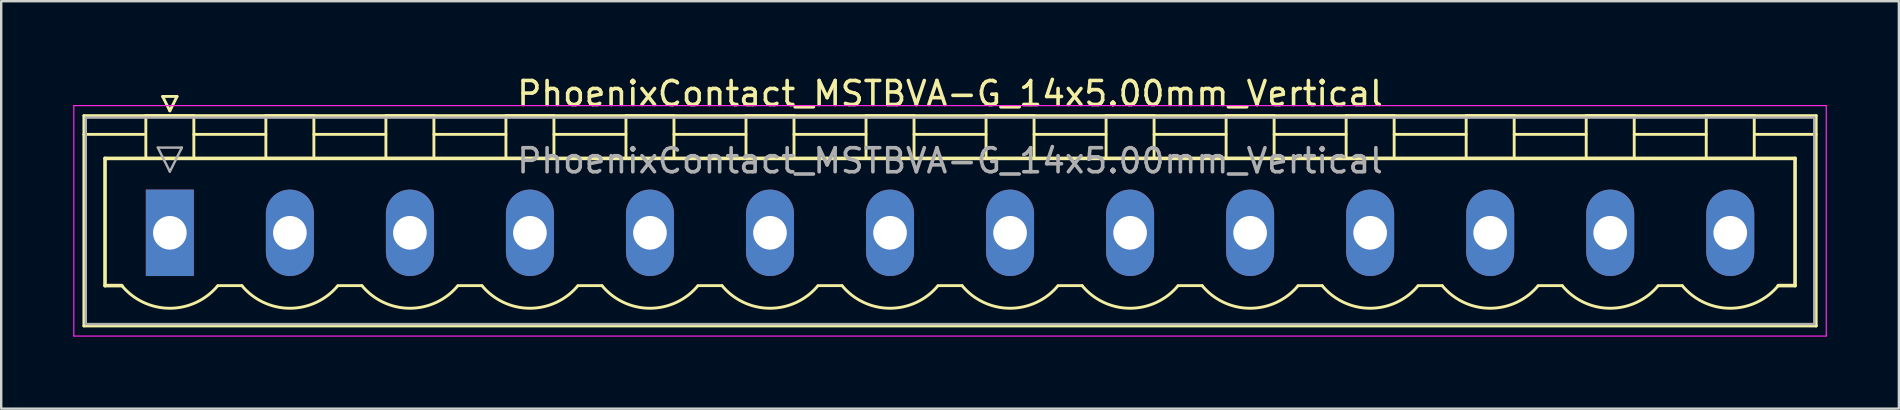
<source format=kicad_pcb>
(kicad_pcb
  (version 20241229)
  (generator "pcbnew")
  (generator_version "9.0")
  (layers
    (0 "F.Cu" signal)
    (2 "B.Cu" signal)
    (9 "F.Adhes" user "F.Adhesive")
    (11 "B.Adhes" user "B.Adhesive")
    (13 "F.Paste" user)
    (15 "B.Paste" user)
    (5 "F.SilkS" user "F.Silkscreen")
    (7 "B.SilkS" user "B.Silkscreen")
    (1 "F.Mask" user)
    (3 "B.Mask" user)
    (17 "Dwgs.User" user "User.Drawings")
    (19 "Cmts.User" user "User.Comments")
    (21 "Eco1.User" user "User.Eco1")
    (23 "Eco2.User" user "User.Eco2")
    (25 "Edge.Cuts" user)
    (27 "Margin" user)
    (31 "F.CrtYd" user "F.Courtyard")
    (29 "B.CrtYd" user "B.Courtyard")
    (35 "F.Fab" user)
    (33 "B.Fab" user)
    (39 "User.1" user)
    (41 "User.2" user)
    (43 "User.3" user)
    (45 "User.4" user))
  (footprint "PhoenixContact_MSTBVA-G_14x5.00mm_Vertical"
    (layer "F.Cu")
    (at 4.025 6.648)
    (property "Reference" "PhoenixContact_MSTBVA-G_14x5.00mm_Vertical" (at 32.5 -5.8 0) (layer "F.SilkS") (effects (font (size 1 1) (thickness 0.15))))
    (attr through_hole)
    (fp_line (start -3.58 -4.88) (end -3.58 3.88) (stroke (width 0.12) (type solid)) (layer "F.SilkS"))
    (fp_line (start -3.58 -4.1) (end -1.08 -4.1) (stroke (width 0.12) (type solid)) (layer "F.SilkS"))
    (fp_line (start -3.58 3.88) (end 68.58 3.88) (stroke (width 0.12) (type solid)) (layer "F.SilkS"))
    (fp_line (start -2.7 -3.1) (end 67.7 -3.1) (stroke (width 0.15) (type solid)) (layer "F.SilkS"))
    (fp_line (start -2.7 2.2) (end -2.7 -3.1) (stroke (width 0.15) (type solid)) (layer "F.SilkS"))
    (fp_line (start -2 2.2) (end -2.7 2.2) (stroke (width 0.15) (type solid)) (layer "F.SilkS"))
    (fp_line (start -1 -4.88) (end 1 -4.88) (stroke (width 0.12) (type solid)) (layer "F.SilkS"))
    (fp_line (start -1 -3.1) (end -1 -4.88) (stroke (width 0.12) (type solid)) (layer "F.SilkS"))
    (fp_line (start -0.3 -5.68) (end 0.3 -5.68) (stroke (width 0.12) (type solid)) (layer "F.SilkS"))
    (fp_line (start 0 -5.08) (end -0.3 -5.68) (stroke (width 0.12) (type solid)) (layer "F.SilkS"))
    (fp_line (start 0.3 -5.68) (end 0 -5.08) (stroke (width 0.12) (type solid)) (layer "F.SilkS"))
    (fp_line (start 1 -4.88) (end 1 -3.1) (stroke (width 0.12) (type solid)) (layer "F.SilkS"))
    (fp_line (start 1 -4.1) (end 4 -4.1) (stroke (width 0.12) (type solid)) (layer "F.SilkS"))
    (fp_line (start 1 -3.1) (end -1 -3.1) (stroke (width 0.12) (type solid)) (layer "F.SilkS"))
    (fp_line (start 2 2.2) (end 3 2.2) (stroke (width 0.12) (type solid)) (layer "F.SilkS"))
    (fp_line (start 4 -4.88) (end 6 -4.88) (stroke (width 0.12) (type solid)) (layer "F.SilkS"))
    (fp_line (start 4 -3.1) (end 4 -4.88) (stroke (width 0.12) (type solid)) (layer "F.SilkS"))
    (fp_line (start 6 -4.88) (end 6 -3.1) (stroke (width 0.12) (type solid)) (layer "F.SilkS"))
    (fp_line (start 6 -4.1) (end 9 -4.1) (stroke (width 0.12) (type solid)) (layer "F.SilkS"))
    (fp_line (start 6 -3.1) (end 4 -3.1) (stroke (width 0.12) (type solid)) (layer "F.SilkS"))
    (fp_line (start 7 2.2) (end 8 2.2) (stroke (width 0.12) (type solid)) (layer "F.SilkS"))
    (fp_line (start 9 -4.88) (end 11 -4.88) (stroke (width 0.12) (type solid)) (layer "F.SilkS"))
    (fp_line (start 9 -3.1) (end 9 -4.88) (stroke (width 0.12) (type solid)) (layer "F.SilkS"))
    (fp_line (start 11 -4.88) (end 11 -3.1) (stroke (width 0.12) (type solid)) (layer "F.SilkS"))
    (fp_line (start 11 -4.1) (end 14 -4.1) (stroke (width 0.12) (type solid)) (layer "F.SilkS"))
    (fp_line (start 11 -3.1) (end 9 -3.1) (stroke (width 0.12) (type solid)) (layer "F.SilkS"))
    (fp_line (start 12 2.2) (end 13 2.2) (stroke (width 0.12) (type solid)) (layer "F.SilkS"))
    (fp_line (start 14 -4.88) (end 16 -4.88) (stroke (width 0.12) (type solid)) (layer "F.SilkS"))
    (fp_line (start 14 -3.1) (end 14 -4.88) (stroke (width 0.12) (type solid)) (layer "F.SilkS"))
    (fp_line (start 16 -4.88) (end 16 -3.1) (stroke (width 0.12) (type solid)) (layer "F.SilkS"))
    (fp_line (start 16 -4.1) (end 19 -4.1) (stroke (width 0.12) (type solid)) (layer "F.SilkS"))
    (fp_line (start 16 -3.1) (end 14 -3.1) (stroke (width 0.12) (type solid)) (layer "F.SilkS"))
    (fp_line (start 17 2.2) (end 18 2.2) (stroke (width 0.12) (type solid)) (layer "F.SilkS"))
    (fp_line (start 19 -4.88) (end 21 -4.88) (stroke (width 0.12) (type solid)) (layer "F.SilkS"))
    (fp_line (start 19 -3.1) (end 19 -4.88) (stroke (width 0.12) (type solid)) (layer "F.SilkS"))
    (fp_line (start 21 -4.88) (end 21 -3.1) (stroke (width 0.12) (type solid)) (layer "F.SilkS"))
    (fp_line (start 21 -4.1) (end 24 -4.1) (stroke (width 0.12) (type solid)) (layer "F.SilkS"))
    (fp_line (start 21 -3.1) (end 19 -3.1) (stroke (width 0.12) (type solid)) (layer "F.SilkS"))
    (fp_line (start 22 2.2) (end 23 2.2) (stroke (width 0.12) (type solid)) (layer "F.SilkS"))
    (fp_line (start 24 -4.88) (end 26 -4.88) (stroke (width 0.12) (type solid)) (layer "F.SilkS"))
    (fp_line (start 24 -3.1) (end 24 -4.88) (stroke (width 0.12) (type solid)) (layer "F.SilkS"))
    (fp_line (start 26 -4.88) (end 26 -3.1) (stroke (width 0.12) (type solid)) (layer "F.SilkS"))
    (fp_line (start 26 -4.1) (end 29 -4.1) (stroke (width 0.12) (type solid)) (layer "F.SilkS"))
    (fp_line (start 26 -3.1) (end 24 -3.1) (stroke (width 0.12) (type solid)) (layer "F.SilkS"))
    (fp_line (start 27 2.2) (end 28 2.2) (stroke (width 0.12) (type solid)) (layer "F.SilkS"))
    (fp_line (start 29 -4.88) (end 31 -4.88) (stroke (width 0.12) (type solid)) (layer "F.SilkS"))
    (fp_line (start 29 -3.1) (end 29 -4.88) (stroke (width 0.12) (type solid)) (layer "F.SilkS"))
    (fp_line (start 31 -4.88) (end 31 -3.1) (stroke (width 0.12) (type solid)) (layer "F.SilkS"))
    (fp_line (start 31 -4.1) (end 34 -4.1) (stroke (width 0.12) (type solid)) (layer "F.SilkS"))
    (fp_line (start 31 -3.1) (end 29 -3.1) (stroke (width 0.12) (type solid)) (layer "F.SilkS"))
    (fp_line (start 32 2.2) (end 33 2.2) (stroke (width 0.12) (type solid)) (layer "F.SilkS"))
    (fp_line (start 34 -4.88) (end 36 -4.88) (stroke (width 0.12) (type solid)) (layer "F.SilkS"))
    (fp_line (start 34 -3.1) (end 34 -4.88) (stroke (width 0.12) (type solid)) (layer "F.SilkS"))
    (fp_line (start 36 -4.88) (end 36 -3.1) (stroke (width 0.12) (type solid)) (layer "F.SilkS"))
    (fp_line (start 36 -4.1) (end 39 -4.1) (stroke (width 0.12) (type solid)) (layer "F.SilkS"))
    (fp_line (start 36 -3.1) (end 34 -3.1) (stroke (width 0.12) (type solid)) (layer "F.SilkS"))
    (fp_line (start 37 2.2) (end 38 2.2) (stroke (width 0.12) (type solid)) (layer "F.SilkS"))
    (fp_line (start 39 -4.88) (end 41 -4.88) (stroke (width 0.12) (type solid)) (layer "F.SilkS"))
    (fp_line (start 39 -3.1) (end 39 -4.88) (stroke (width 0.12) (type solid)) (layer "F.SilkS"))
    (fp_line (start 41 -4.88) (end 41 -3.1) (stroke (width 0.12) (type solid)) (layer "F.SilkS"))
    (fp_line (start 41 -4.1) (end 44 -4.1) (stroke (width 0.12) (type solid)) (layer "F.SilkS"))
    (fp_line (start 41 -3.1) (end 39 -3.1) (stroke (width 0.12) (type solid)) (layer "F.SilkS"))
    (fp_line (start 42 2.2) (end 43 2.2) (stroke (width 0.12) (type solid)) (layer "F.SilkS"))
    (fp_line (start 44 -4.88) (end 46 -4.88) (stroke (width 0.12) (type solid)) (layer "F.SilkS"))
    (fp_line (start 44 -3.1) (end 44 -4.88) (stroke (width 0.12) (type solid)) (layer "F.SilkS"))
    (fp_line (start 46 -4.88) (end 46 -3.1) (stroke (width 0.12) (type solid)) (layer "F.SilkS"))
    (fp_line (start 46 -4.1) (end 49 -4.1) (stroke (width 0.12) (type solid)) (layer "F.SilkS"))
    (fp_line (start 46 -3.1) (end 44 -3.1) (stroke (width 0.12) (type solid)) (layer "F.SilkS"))
    (fp_line (start 47 2.2) (end 48 2.2) (stroke (width 0.12) (type solid)) (layer "F.SilkS"))
    (fp_line (start 49 -4.88) (end 51 -4.88) (stroke (width 0.12) (type solid)) (layer "F.SilkS"))
    (fp_line (start 49 -3.1) (end 49 -4.88) (stroke (width 0.12) (type solid)) (layer "F.SilkS"))
    (fp_line (start 51 -4.88) (end 51 -3.1) (stroke (width 0.12) (type solid)) (layer "F.SilkS"))
    (fp_line (start 51 -4.1) (end 54 -4.1) (stroke (width 0.12) (type solid)) (layer "F.SilkS"))
    (fp_line (start 51 -3.1) (end 49 -3.1) (stroke (width 0.12) (type solid)) (layer "F.SilkS"))
    (fp_line (start 52 2.2) (end 53 2.2) (stroke (width 0.12) (type solid)) (layer "F.SilkS"))
    (fp_line (start 54 -4.88) (end 56 -4.88) (stroke (width 0.12) (type solid)) (layer "F.SilkS"))
    (fp_line (start 54 -3.1) (end 54 -4.88) (stroke (width 0.12) (type solid)) (layer "F.SilkS"))
    (fp_line (start 56 -4.88) (end 56 -3.1) (stroke (width 0.12) (type solid)) (layer "F.SilkS"))
    (fp_line (start 56 -4.1) (end 59 -4.1) (stroke (width 0.12) (type solid)) (layer "F.SilkS"))
    (fp_line (start 56 -3.1) (end 54 -3.1) (stroke (width 0.12) (type solid)) (layer "F.SilkS"))
    (fp_line (start 57 2.2) (end 58 2.2) (stroke (width 0.12) (type solid)) (layer "F.SilkS"))
    (fp_line (start 59 -4.88) (end 61 -4.88) (stroke (width 0.12) (type solid)) (layer "F.SilkS"))
    (fp_line (start 59 -3.1) (end 59 -4.88) (stroke (width 0.12) (type solid)) (layer "F.SilkS"))
    (fp_line (start 61 -4.88) (end 61 -3.1) (stroke (width 0.12) (type solid)) (layer "F.SilkS"))
    (fp_line (start 61 -4.1) (end 64 -4.1) (stroke (width 0.12) (type solid)) (layer "F.SilkS"))
    (fp_line (start 61 -3.1) (end 59 -3.1) (stroke (width 0.12) (type solid)) (layer "F.SilkS"))
    (fp_line (start 62 2.2) (end 63 2.2) (stroke (width 0.12) (type solid)) (layer "F.SilkS"))
    (fp_line (start 64 -4.88) (end 66 -4.88) (stroke (width 0.12) (type solid)) (layer "F.SilkS"))
    (fp_line (start 64 -3.1) (end 64 -4.88) (stroke (width 0.12) (type solid)) (layer "F.SilkS"))
    (fp_line (start 66 -4.88) (end 66 -3.1) (stroke (width 0.12) (type solid)) (layer "F.SilkS"))
    (fp_line (start 66 -3.1) (end 64 -3.1) (stroke (width 0.12) (type solid)) (layer "F.SilkS"))
    (fp_line (start 67.7 -3.1) (end 67.7 2.2) (stroke (width 0.15) (type solid)) (layer "F.SilkS"))
    (fp_line (start 67.7 2.2) (end 67 2.2) (stroke (width 0.15) (type solid)) (layer "F.SilkS"))
    (fp_line (start 68.58 -4.88) (end -3.58 -4.88) (stroke (width 0.12) (type solid)) (layer "F.SilkS"))
    (fp_line (start 68.58 -4.1) (end 66.08 -4.1) (stroke (width 0.12) (type solid)) (layer "F.SilkS"))
    (fp_line (start 68.58 3.88) (end 68.58 -4.88) (stroke (width 0.12) (type solid)) (layer "F.SilkS"))
    (fp_arc (start 1.986842 2.215821) (mid -0.010289 3.142758) (end -2 2.2) (stroke (width 0.12) (type solid)) (layer "F.SilkS"))
    (fp_arc (start 6.986842 2.215821) (mid 4.989711 3.142758) (end 3 2.2) (stroke (width 0.12) (type solid)) (layer "F.SilkS"))
    (fp_arc (start 11.986842 2.215821) (mid 9.989711 3.142758) (end 8 2.2) (stroke (width 0.12) (type solid)) (layer "F.SilkS"))
    (fp_arc (start 16.986842 2.215821) (mid 14.989711 3.142758) (end 13 2.2) (stroke (width 0.12) (type solid)) (layer "F.SilkS"))
    (fp_arc (start 21.986842 2.215821) (mid 19.989711 3.142758) (end 18 2.2) (stroke (width 0.12) (type solid)) (layer "F.SilkS"))
    (fp_arc (start 26.986842 2.215821) (mid 24.989711 3.142758) (end 23 2.2) (stroke (width 0.12) (type solid)) (layer "F.SilkS"))
    (fp_arc (start 31.986842 2.215821) (mid 29.989711 3.142758) (end 28 2.2) (stroke (width 0.12) (type solid)) (layer "F.SilkS"))
    (fp_arc (start 36.986842 2.215821) (mid 34.989711 3.142758) (end 33 2.2) (stroke (width 0.12) (type solid)) (layer "F.SilkS"))
    (fp_arc (start 41.986842 2.215821) (mid 39.989711 3.142758) (end 38 2.2) (stroke (width 0.12) (type solid)) (layer "F.SilkS"))
    (fp_arc (start 46.986842 2.215821) (mid 44.989711 3.142758) (end 43 2.2) (stroke (width 0.12) (type solid)) (layer "F.SilkS"))
    (fp_arc (start 51.986842 2.215821) (mid 49.989711 3.142758) (end 48 2.2) (stroke (width 0.12) (type solid)) (layer "F.SilkS"))
    (fp_arc (start 56.986842 2.215821) (mid 54.989711 3.142758) (end 53 2.2) (stroke (width 0.12) (type solid)) (layer "F.SilkS"))
    (fp_arc (start 61.986842 2.215821) (mid 59.989711 3.142758) (end 58 2.2) (stroke (width 0.12) (type solid)) (layer "F.SilkS"))
    (fp_arc (start 66.986842 2.215821) (mid 64.989711 3.142758) (end 63 2.2) (stroke (width 0.12) (type solid)) (layer "F.SilkS"))
    (fp_line (start -4 -5.3) (end -4 4.3) (stroke (width 0.05) (type solid)) (layer "F.CrtYd"))
    (fp_line (start -4 4.3) (end 69 4.3) (stroke (width 0.05) (type solid)) (layer "F.CrtYd"))
    (fp_line (start 69 -5.3) (end -4 -5.3) (stroke (width 0.05) (type solid)) (layer "F.CrtYd"))
    (fp_line (start 69 4.3) (end 69 -5.3) (stroke (width 0.05) (type solid)) (layer "F.CrtYd"))
    (fp_line (start -3.5 -4.8) (end -3.5 3.8) (stroke (width 0.1) (type solid)) (layer "F.Fab"))
    (fp_line (start -3.5 3.8) (end 68.5 3.8) (stroke (width 0.1) (type solid)) (layer "F.Fab"))
    (fp_line (start -0.5 -3.55) (end 0.5 -3.55) (stroke (width 0.1) (type solid)) (layer "F.Fab"))
    (fp_line (start 0 -2.55) (end -0.5 -3.55) (stroke (width 0.1) (type solid)) (layer "F.Fab"))
    (fp_line (start 0.5 -3.55) (end 0 -2.55) (stroke (width 0.1) (type solid)) (layer "F.Fab"))
    (fp_line (start 68.5 -4.8) (end -3.5 -4.8) (stroke (width 0.1) (type solid)) (layer "F.Fab"))
    (fp_line (start 68.5 3.8) (end 68.5 -4.8) (stroke (width 0.1) (type solid)) (layer "F.Fab"))
    (fp_text user "${REFERENCE}" (at 32.5 -3 0) (layer "F.Fab") (effects (font (size 1 1) (thickness 0.15))))
    (pad "1" thru_hole rect (at 0 0) (size 2 3.6) (drill 1.4) (layers "*.Cu" "*.Mask"))
    (pad "2" thru_hole oval (at 5 0) (size 2 3.6) (drill 1.4) (layers "*.Cu" "*.Mask"))
    (pad "3" thru_hole oval (at 10 0) (size 2 3.6) (drill 1.4) (layers "*.Cu" "*.Mask"))
    (pad "4" thru_hole oval (at 15 0) (size 2 3.6) (drill 1.4) (layers "*.Cu" "*.Mask"))
    (pad "5" thru_hole oval (at 20 0) (size 2 3.6) (drill 1.4) (layers "*.Cu" "*.Mask"))
    (pad "6" thru_hole oval (at 25 0) (size 2 3.6) (drill 1.4) (layers "*.Cu" "*.Mask"))
    (pad "7" thru_hole oval (at 30 0) (size 2 3.6) (drill 1.4) (layers "*.Cu" "*.Mask"))
    (pad "8" thru_hole oval (at 35 0) (size 2 3.6) (drill 1.4) (layers "*.Cu" "*.Mask"))
    (pad "9" thru_hole oval (at 40 0) (size 2 3.6) (drill 1.4) (layers "*.Cu" "*.Mask"))
    (pad "10" thru_hole oval (at 45 0) (size 2 3.6) (drill 1.4) (layers "*.Cu" "*.Mask"))
    (pad "11" thru_hole oval (at 50 0) (size 2 3.6) (drill 1.4) (layers "*.Cu" "*.Mask"))
    (pad "12" thru_hole oval (at 55 0) (size 2 3.6) (drill 1.4) (layers "*.Cu" "*.Mask"))
    (pad "13" thru_hole oval (at 60 0) (size 2 3.6) (drill 1.4) (layers "*.Cu" "*.Mask"))
    (pad "14" thru_hole oval (at 65 0) (size 2 3.6) (drill 1.4) (layers "*.Cu" "*.Mask")))
  (gr_rect
    (start -3 -3)
    (end 76.05 13.973)
    (stroke (width 0.1) (type default))
    (fill no)
    (layer "Edge.Cuts")))
</source>
